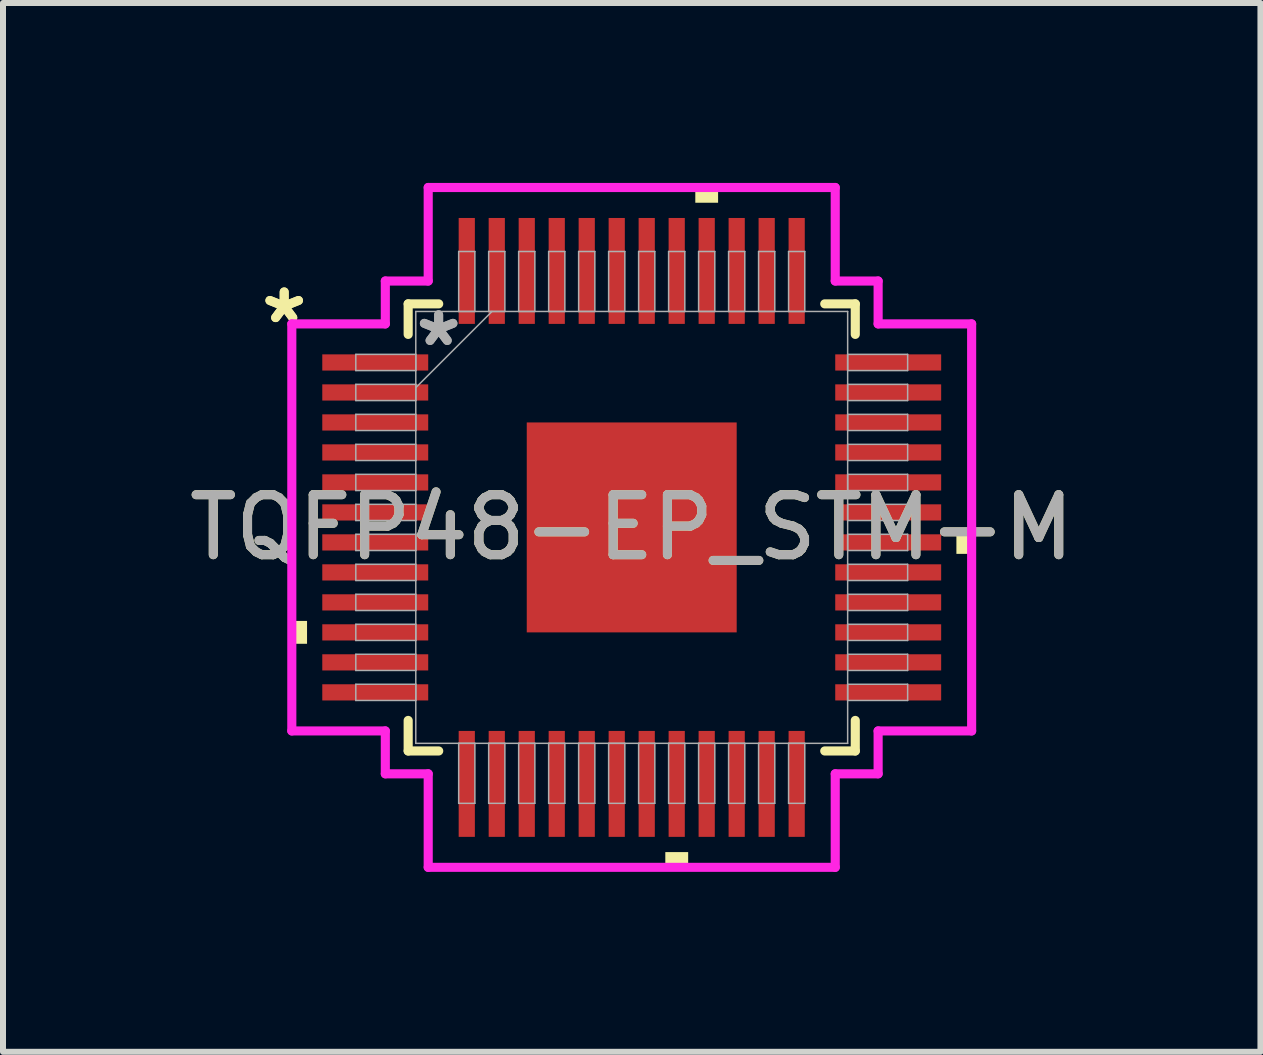
<source format=kicad_pcb>
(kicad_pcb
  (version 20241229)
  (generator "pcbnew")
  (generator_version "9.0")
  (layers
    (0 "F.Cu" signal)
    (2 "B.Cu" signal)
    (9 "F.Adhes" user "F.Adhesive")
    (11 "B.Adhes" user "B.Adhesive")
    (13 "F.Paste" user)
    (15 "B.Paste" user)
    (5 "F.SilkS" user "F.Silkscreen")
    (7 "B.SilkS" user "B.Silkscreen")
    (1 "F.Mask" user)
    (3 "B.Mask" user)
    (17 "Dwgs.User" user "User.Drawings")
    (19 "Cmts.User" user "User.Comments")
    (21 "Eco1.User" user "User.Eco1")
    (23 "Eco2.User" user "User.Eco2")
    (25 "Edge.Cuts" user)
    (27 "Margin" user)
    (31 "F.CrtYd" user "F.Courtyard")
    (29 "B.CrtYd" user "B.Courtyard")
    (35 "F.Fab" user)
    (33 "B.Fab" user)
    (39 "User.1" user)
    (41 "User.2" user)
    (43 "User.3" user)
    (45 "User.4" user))
  (footprint "TQFP48-EP_STM-M"
    (layer "F.Cu")
    (at 7.482 5.743)
    (property "Reference" "TQFP48-EP_STM-M" (at 0 0 0) (unlocked yes) (layer "F.SilkS") (effects (font (size 1 1) (thickness 0.15))))
    (attr smd)
    (fp_line (start -3.727 -3.727) (end -3.727 -3.218) (stroke (width 0.152) (type solid)) (layer "F.SilkS"))
    (fp_line (start -3.727 3.218) (end -3.727 3.727) (stroke (width 0.152) (type solid)) (layer "F.SilkS"))
    (fp_line (start -3.727 3.727) (end -3.218 3.727) (stroke (width 0.152) (type solid)) (layer "F.SilkS"))
    (fp_line (start -3.218 -3.727) (end -3.727 -3.727) (stroke (width 0.152) (type solid)) (layer "F.SilkS"))
    (fp_line (start 3.218 3.727) (end 3.727 3.727) (stroke (width 0.152) (type solid)) (layer "F.SilkS"))
    (fp_line (start 3.727 -3.727) (end 3.218 -3.727) (stroke (width 0.152) (type solid)) (layer "F.SilkS"))
    (fp_line (start 3.727 -3.218) (end 3.727 -3.727) (stroke (width 0.152) (type solid)) (layer "F.SilkS"))
    (fp_line (start 3.727 3.727) (end 3.727 3.218) (stroke (width 0.152) (type solid)) (layer "F.SilkS"))
    (fp_poly (pts (xy -5.667 1.559) (xy -5.667 1.94) (xy -5.413 1.94) (xy -5.413 1.559)) (stroke (width 0) (type solid)) (fill yes) (layer "F.SilkS"))
    (fp_poly (pts (xy 0.56 5.413) (xy 0.56 5.667) (xy 0.941 5.667) (xy 0.941 5.413)) (stroke (width 0) (type solid)) (fill yes) (layer "F.SilkS"))
    (fp_poly (pts (xy 1.06 -5.413) (xy 1.06 -5.667) (xy 1.44 -5.667) (xy 1.44 -5.413)) (stroke (width 0) (type solid)) (fill yes) (layer "F.SilkS"))
    (fp_poly (pts (xy 5.667 0.059) (xy 5.667 0.441) (xy 5.413 0.441) (xy 5.413 0.059)) (stroke (width 0) (type solid)) (fill yes) (layer "F.SilkS"))
    (fp_poly (pts (xy -1.65 -1.65) (xy -1.65 -0.1) (xy -0.1 -0.1) (xy -0.1 -1.65)) (stroke (width 0) (type solid)) (fill yes) (layer "F.Paste"))
    (fp_poly (pts (xy -1.65 0.1) (xy -1.65 1.65) (xy -0.1 1.65) (xy -0.1 0.1)) (stroke (width 0) (type solid)) (fill yes) (layer "F.Paste"))
    (fp_poly (pts (xy 0.1 -1.65) (xy 0.1 -0.1) (xy 1.65 -0.1) (xy 1.65 -1.65)) (stroke (width 0) (type solid)) (fill yes) (layer "F.Paste"))
    (fp_poly (pts (xy 0.1 0.1) (xy 0.1 1.65) (xy 1.65 1.65) (xy 1.65 0.1)) (stroke (width 0) (type solid)) (fill yes) (layer "F.Paste"))
    (fp_line (start -5.667 -3.393) (end -4.108 -3.393) (stroke (width 0.152) (type solid)) (layer "F.CrtYd"))
    (fp_line (start -5.667 3.393) (end -5.667 -3.393) (stroke (width 0.152) (type solid)) (layer "F.CrtYd"))
    (fp_line (start -4.108 -4.108) (end -3.393 -4.108) (stroke (width 0.152) (type solid)) (layer "F.CrtYd"))
    (fp_line (start -4.108 -3.393) (end -4.108 -4.108) (stroke (width 0.152) (type solid)) (layer "F.CrtYd"))
    (fp_line (start -4.108 3.393) (end -5.667 3.393) (stroke (width 0.152) (type solid)) (layer "F.CrtYd"))
    (fp_line (start -4.108 4.108) (end -4.108 3.393) (stroke (width 0.152) (type solid)) (layer "F.CrtYd"))
    (fp_line (start -4.108 4.108) (end -3.393 4.108) (stroke (width 0.152) (type solid)) (layer "F.CrtYd"))
    (fp_line (start -3.393 -5.667) (end 3.393 -5.667) (stroke (width 0.152) (type solid)) (layer "F.CrtYd"))
    (fp_line (start -3.393 -4.108) (end -3.393 -5.667) (stroke (width 0.152) (type solid)) (layer "F.CrtYd"))
    (fp_line (start -3.393 4.108) (end -3.393 5.667) (stroke (width 0.152) (type solid)) (layer "F.CrtYd"))
    (fp_line (start -3.393 5.667) (end 3.393 5.667) (stroke (width 0.152) (type solid)) (layer "F.CrtYd"))
    (fp_line (start 3.393 -5.667) (end 3.393 -4.108) (stroke (width 0.152) (type solid)) (layer "F.CrtYd"))
    (fp_line (start 3.393 -4.108) (end 4.108 -4.108) (stroke (width 0.152) (type solid)) (layer "F.CrtYd"))
    (fp_line (start 3.393 4.108) (end 4.108 4.108) (stroke (width 0.152) (type solid)) (layer "F.CrtYd"))
    (fp_line (start 3.393 5.667) (end 3.393 4.108) (stroke (width 0.152) (type solid)) (layer "F.CrtYd"))
    (fp_line (start 4.108 -3.393) (end 4.108 -4.108) (stroke (width 0.152) (type solid)) (layer "F.CrtYd"))
    (fp_line (start 4.108 3.393) (end 5.667 3.393) (stroke (width 0.152) (type solid)) (layer "F.CrtYd"))
    (fp_line (start 4.108 4.108) (end 4.108 3.393) (stroke (width 0.152) (type solid)) (layer "F.CrtYd"))
    (fp_line (start 5.667 -3.393) (end 4.108 -3.393) (stroke (width 0.152) (type solid)) (layer "F.CrtYd"))
    (fp_line (start 5.667 3.393) (end 5.667 -3.393) (stroke (width 0.152) (type solid)) (layer "F.CrtYd"))
    (fp_line (start -4.6 -2.885) (end -4.6 -2.615) (stroke (width 0.025) (type solid)) (layer "F.Fab"))
    (fp_line (start -4.6 -2.615) (end -3.6 -2.615) (stroke (width 0.025) (type solid)) (layer "F.Fab"))
    (fp_line (start -4.6 -2.385) (end -4.6 -2.115) (stroke (width 0.025) (type solid)) (layer "F.Fab"))
    (fp_line (start -4.6 -2.115) (end -3.6 -2.115) (stroke (width 0.025) (type solid)) (layer "F.Fab"))
    (fp_line (start -4.6 -1.885) (end -4.6 -1.615) (stroke (width 0.025) (type solid)) (layer "F.Fab"))
    (fp_line (start -4.6 -1.615) (end -3.6 -1.615) (stroke (width 0.025) (type solid)) (layer "F.Fab"))
    (fp_line (start -4.6 -1.385) (end -4.6 -1.115) (stroke (width 0.025) (type solid)) (layer "F.Fab"))
    (fp_line (start -4.6 -1.115) (end -3.6 -1.115) (stroke (width 0.025) (type solid)) (layer "F.Fab"))
    (fp_line (start -4.6 -0.885) (end -4.6 -0.615) (stroke (width 0.025) (type solid)) (layer "F.Fab"))
    (fp_line (start -4.6 -0.615) (end -3.6 -0.615) (stroke (width 0.025) (type solid)) (layer "F.Fab"))
    (fp_line (start -4.6 -0.385) (end -4.6 -0.115) (stroke (width 0.025) (type solid)) (layer "F.Fab"))
    (fp_line (start -4.6 -0.115) (end -3.6 -0.115) (stroke (width 0.025) (type solid)) (layer "F.Fab"))
    (fp_line (start -4.6 0.115) (end -4.6 0.385) (stroke (width 0.025) (type solid)) (layer "F.Fab"))
    (fp_line (start -4.6 0.385) (end -3.6 0.385) (stroke (width 0.025) (type solid)) (layer "F.Fab"))
    (fp_line (start -4.6 0.615) (end -4.6 0.885) (stroke (width 0.025) (type solid)) (layer "F.Fab"))
    (fp_line (start -4.6 0.885) (end -3.6 0.885) (stroke (width 0.025) (type solid)) (layer "F.Fab"))
    (fp_line (start -4.6 1.115) (end -4.6 1.385) (stroke (width 0.025) (type solid)) (layer "F.Fab"))
    (fp_line (start -4.6 1.385) (end -3.6 1.385) (stroke (width 0.025) (type solid)) (layer "F.Fab"))
    (fp_line (start -4.6 1.615) (end -4.6 1.885) (stroke (width 0.025) (type solid)) (layer "F.Fab"))
    (fp_line (start -4.6 1.885) (end -3.6 1.885) (stroke (width 0.025) (type solid)) (layer "F.Fab"))
    (fp_line (start -4.6 2.115) (end -4.6 2.385) (stroke (width 0.025) (type solid)) (layer "F.Fab"))
    (fp_line (start -4.6 2.385) (end -3.6 2.385) (stroke (width 0.025) (type solid)) (layer "F.Fab"))
    (fp_line (start -4.6 2.615) (end -4.6 2.885) (stroke (width 0.025) (type solid)) (layer "F.Fab"))
    (fp_line (start -4.6 2.885) (end -3.6 2.885) (stroke (width 0.025) (type solid)) (layer "F.Fab"))
    (fp_line (start -3.6 -3.6) (end -3.6 3.6) (stroke (width 0.025) (type solid)) (layer "F.Fab"))
    (fp_line (start -3.6 -2.885) (end -4.6 -2.885) (stroke (width 0.025) (type solid)) (layer "F.Fab"))
    (fp_line (start -3.6 -2.615) (end -3.6 -2.885) (stroke (width 0.025) (type solid)) (layer "F.Fab"))
    (fp_line (start -3.6 -2.385) (end -4.6 -2.385) (stroke (width 0.025) (type solid)) (layer "F.Fab"))
    (fp_line (start -3.6 -2.33) (end -2.33 -3.6) (stroke (width 0.025) (type solid)) (layer "F.Fab"))
    (fp_line (start -3.6 -2.115) (end -3.6 -2.385) (stroke (width 0.025) (type solid)) (layer "F.Fab"))
    (fp_line (start -3.6 -1.885) (end -4.6 -1.885) (stroke (width 0.025) (type solid)) (layer "F.Fab"))
    (fp_line (start -3.6 -1.615) (end -3.6 -1.885) (stroke (width 0.025) (type solid)) (layer "F.Fab"))
    (fp_line (start -3.6 -1.385) (end -4.6 -1.385) (stroke (width 0.025) (type solid)) (layer "F.Fab"))
    (fp_line (start -3.6 -1.115) (end -3.6 -1.385) (stroke (width 0.025) (type solid)) (layer "F.Fab"))
    (fp_line (start -3.6 -0.885) (end -4.6 -0.885) (stroke (width 0.025) (type solid)) (layer "F.Fab"))
    (fp_line (start -3.6 -0.615) (end -3.6 -0.885) (stroke (width 0.025) (type solid)) (layer "F.Fab"))
    (fp_line (start -3.6 -0.385) (end -4.6 -0.385) (stroke (width 0.025) (type solid)) (layer "F.Fab"))
    (fp_line (start -3.6 -0.115) (end -3.6 -0.385) (stroke (width 0.025) (type solid)) (layer "F.Fab"))
    (fp_line (start -3.6 0.115) (end -4.6 0.115) (stroke (width 0.025) (type solid)) (layer "F.Fab"))
    (fp_line (start -3.6 0.385) (end -3.6 0.115) (stroke (width 0.025) (type solid)) (layer "F.Fab"))
    (fp_line (start -3.6 0.615) (end -4.6 0.615) (stroke (width 0.025) (type solid)) (layer "F.Fab"))
    (fp_line (start -3.6 0.885) (end -3.6 0.615) (stroke (width 0.025) (type solid)) (layer "F.Fab"))
    (fp_line (start -3.6 1.115) (end -4.6 1.115) (stroke (width 0.025) (type solid)) (layer "F.Fab"))
    (fp_line (start -3.6 1.385) (end -3.6 1.115) (stroke (width 0.025) (type solid)) (layer "F.Fab"))
    (fp_line (start -3.6 1.615) (end -4.6 1.615) (stroke (width 0.025) (type solid)) (layer "F.Fab"))
    (fp_line (start -3.6 1.885) (end -3.6 1.615) (stroke (width 0.025) (type solid)) (layer "F.Fab"))
    (fp_line (start -3.6 2.115) (end -4.6 2.115) (stroke (width 0.025) (type solid)) (layer "F.Fab"))
    (fp_line (start -3.6 2.385) (end -3.6 2.115) (stroke (width 0.025) (type solid)) (layer "F.Fab"))
    (fp_line (start -3.6 2.615) (end -4.6 2.615) (stroke (width 0.025) (type solid)) (layer "F.Fab"))
    (fp_line (start -3.6 2.885) (end -3.6 2.615) (stroke (width 0.025) (type solid)) (layer "F.Fab"))
    (fp_line (start -3.6 3.6) (end 3.6 3.6) (stroke (width 0.025) (type solid)) (layer "F.Fab"))
    (fp_line (start -2.885 -4.6) (end -2.885 -3.6) (stroke (width 0.025) (type solid)) (layer "F.Fab"))
    (fp_line (start -2.885 -3.6) (end -2.615 -3.6) (stroke (width 0.025) (type solid)) (layer "F.Fab"))
    (fp_line (start -2.885 3.6) (end -2.885 4.6) (stroke (width 0.025) (type solid)) (layer "F.Fab"))
    (fp_line (start -2.885 4.6) (end -2.615 4.6) (stroke (width 0.025) (type solid)) (layer "F.Fab"))
    (fp_line (start -2.615 -4.6) (end -2.885 -4.6) (stroke (width 0.025) (type solid)) (layer "F.Fab"))
    (fp_line (start -2.615 -3.6) (end -2.615 -4.6) (stroke (width 0.025) (type solid)) (layer "F.Fab"))
    (fp_line (start -2.615 3.6) (end -2.885 3.6) (stroke (width 0.025) (type solid)) (layer "F.Fab"))
    (fp_line (start -2.615 4.6) (end -2.615 3.6) (stroke (width 0.025) (type solid)) (layer "F.Fab"))
    (fp_line (start -2.385 -4.6) (end -2.385 -3.6) (stroke (width 0.025) (type solid)) (layer "F.Fab"))
    (fp_line (start -2.385 -3.6) (end -2.115 -3.6) (stroke (width 0.025) (type solid)) (layer "F.Fab"))
    (fp_line (start -2.385 3.6) (end -2.385 4.6) (stroke (width 0.025) (type solid)) (layer "F.Fab"))
    (fp_line (start -2.385 4.6) (end -2.115 4.6) (stroke (width 0.025) (type solid)) (layer "F.Fab"))
    (fp_line (start -2.115 -4.6) (end -2.385 -4.6) (stroke (width 0.025) (type solid)) (layer "F.Fab"))
    (fp_line (start -2.115 -3.6) (end -2.115 -4.6) (stroke (width 0.025) (type solid)) (layer "F.Fab"))
    (fp_line (start -2.115 3.6) (end -2.385 3.6) (stroke (width 0.025) (type solid)) (layer "F.Fab"))
    (fp_line (start -2.115 4.6) (end -2.115 3.6) (stroke (width 0.025) (type solid)) (layer "F.Fab"))
    (fp_line (start -1.885 -4.6) (end -1.885 -3.6) (stroke (width 0.025) (type solid)) (layer "F.Fab"))
    (fp_line (start -1.885 -3.6) (end -1.615 -3.6) (stroke (width 0.025) (type solid)) (layer "F.Fab"))
    (fp_line (start -1.885 3.6) (end -1.885 4.6) (stroke (width 0.025) (type solid)) (layer "F.Fab"))
    (fp_line (start -1.885 4.6) (end -1.615 4.6) (stroke (width 0.025) (type solid)) (layer "F.Fab"))
    (fp_line (start -1.615 -4.6) (end -1.885 -4.6) (stroke (width 0.025) (type solid)) (layer "F.Fab"))
    (fp_line (start -1.615 -3.6) (end -1.615 -4.6) (stroke (width 0.025) (type solid)) (layer "F.Fab"))
    (fp_line (start -1.615 3.6) (end -1.885 3.6) (stroke (width 0.025) (type solid)) (layer "F.Fab"))
    (fp_line (start -1.615 4.6) (end -1.615 3.6) (stroke (width 0.025) (type solid)) (layer "F.Fab"))
    (fp_line (start -1.385 -4.6) (end -1.385 -3.6) (stroke (width 0.025) (type solid)) (layer "F.Fab"))
    (fp_line (start -1.385 -3.6) (end -1.115 -3.6) (stroke (width 0.025) (type solid)) (layer "F.Fab"))
    (fp_line (start -1.385 3.6) (end -1.385 4.6) (stroke (width 0.025) (type solid)) (layer "F.Fab"))
    (fp_line (start -1.385 4.6) (end -1.115 4.6) (stroke (width 0.025) (type solid)) (layer "F.Fab"))
    (fp_line (start -1.115 -4.6) (end -1.385 -4.6) (stroke (width 0.025) (type solid)) (layer "F.Fab"))
    (fp_line (start -1.115 -3.6) (end -1.115 -4.6) (stroke (width 0.025) (type solid)) (layer "F.Fab"))
    (fp_line (start -1.115 3.6) (end -1.385 3.6) (stroke (width 0.025) (type solid)) (layer "F.Fab"))
    (fp_line (start -1.115 4.6) (end -1.115 3.6) (stroke (width 0.025) (type solid)) (layer "F.Fab"))
    (fp_line (start -0.885 -4.6) (end -0.885 -3.6) (stroke (width 0.025) (type solid)) (layer "F.Fab"))
    (fp_line (start -0.885 -3.6) (end -0.615 -3.6) (stroke (width 0.025) (type solid)) (layer "F.Fab"))
    (fp_line (start -0.885 3.6) (end -0.885 4.6) (stroke (width 0.025) (type solid)) (layer "F.Fab"))
    (fp_line (start -0.885 4.6) (end -0.615 4.6) (stroke (width 0.025) (type solid)) (layer "F.Fab"))
    (fp_line (start -0.615 -4.6) (end -0.885 -4.6) (stroke (width 0.025) (type solid)) (layer "F.Fab"))
    (fp_line (start -0.615 -3.6) (end -0.615 -4.6) (stroke (width 0.025) (type solid)) (layer "F.Fab"))
    (fp_line (start -0.615 3.6) (end -0.885 3.6) (stroke (width 0.025) (type solid)) (layer "F.Fab"))
    (fp_line (start -0.615 4.6) (end -0.615 3.6) (stroke (width 0.025) (type solid)) (layer "F.Fab"))
    (fp_line (start -0.385 -4.6) (end -0.385 -3.6) (stroke (width 0.025) (type solid)) (layer "F.Fab"))
    (fp_line (start -0.385 -3.6) (end -0.115 -3.6) (stroke (width 0.025) (type solid)) (layer "F.Fab"))
    (fp_line (start -0.385 3.6) (end -0.385 4.6) (stroke (width 0.025) (type solid)) (layer "F.Fab"))
    (fp_line (start -0.385 4.6) (end -0.115 4.6) (stroke (width 0.025) (type solid)) (layer "F.Fab"))
    (fp_line (start -0.115 -4.6) (end -0.385 -4.6) (stroke (width 0.025) (type solid)) (layer "F.Fab"))
    (fp_line (start -0.115 -3.6) (end -0.115 -4.6) (stroke (width 0.025) (type solid)) (layer "F.Fab"))
    (fp_line (start -0.115 3.6) (end -0.385 3.6) (stroke (width 0.025) (type solid)) (layer "F.Fab"))
    (fp_line (start -0.115 4.6) (end -0.115 3.6) (stroke (width 0.025) (type solid)) (layer "F.Fab"))
    (fp_line (start 0.115 -4.6) (end 0.115 -3.6) (stroke (width 0.025) (type solid)) (layer "F.Fab"))
    (fp_line (start 0.115 -3.6) (end 0.385 -3.6) (stroke (width 0.025) (type solid)) (layer "F.Fab"))
    (fp_line (start 0.115 3.6) (end 0.115 4.6) (stroke (width 0.025) (type solid)) (layer "F.Fab"))
    (fp_line (start 0.115 4.6) (end 0.385 4.6) (stroke (width 0.025) (type solid)) (layer "F.Fab"))
    (fp_line (start 0.385 -4.6) (end 0.115 -4.6) (stroke (width 0.025) (type solid)) (layer "F.Fab"))
    (fp_line (start 0.385 -3.6) (end 0.385 -4.6) (stroke (width 0.025) (type solid)) (layer "F.Fab"))
    (fp_line (start 0.385 3.6) (end 0.115 3.6) (stroke (width 0.025) (type solid)) (layer "F.Fab"))
    (fp_line (start 0.385 4.6) (end 0.385 3.6) (stroke (width 0.025) (type solid)) (layer "F.Fab"))
    (fp_line (start 0.615 -4.6) (end 0.615 -3.6) (stroke (width 0.025) (type solid)) (layer "F.Fab"))
    (fp_line (start 0.615 -3.6) (end 0.885 -3.6) (stroke (width 0.025) (type solid)) (layer "F.Fab"))
    (fp_line (start 0.615 3.6) (end 0.615 4.6) (stroke (width 0.025) (type solid)) (layer "F.Fab"))
    (fp_line (start 0.615 4.6) (end 0.885 4.6) (stroke (width 0.025) (type solid)) (layer "F.Fab"))
    (fp_line (start 0.885 -4.6) (end 0.615 -4.6) (stroke (width 0.025) (type solid)) (layer "F.Fab"))
    (fp_line (start 0.885 -3.6) (end 0.885 -4.6) (stroke (width 0.025) (type solid)) (layer "F.Fab"))
    (fp_line (start 0.885 3.6) (end 0.615 3.6) (stroke (width 0.025) (type solid)) (layer "F.Fab"))
    (fp_line (start 0.885 4.6) (end 0.885 3.6) (stroke (width 0.025) (type solid)) (layer "F.Fab"))
    (fp_line (start 1.115 -4.6) (end 1.115 -3.6) (stroke (width 0.025) (type solid)) (layer "F.Fab"))
    (fp_line (start 1.115 -3.6) (end 1.385 -3.6) (stroke (width 0.025) (type solid)) (layer "F.Fab"))
    (fp_line (start 1.115 3.6) (end 1.115 4.6) (stroke (width 0.025) (type solid)) (layer "F.Fab"))
    (fp_line (start 1.115 4.6) (end 1.385 4.6) (stroke (width 0.025) (type solid)) (layer "F.Fab"))
    (fp_line (start 1.385 -4.6) (end 1.115 -4.6) (stroke (width 0.025) (type solid)) (layer "F.Fab"))
    (fp_line (start 1.385 -3.6) (end 1.385 -4.6) (stroke (width 0.025) (type solid)) (layer "F.Fab"))
    (fp_line (start 1.385 3.6) (end 1.115 3.6) (stroke (width 0.025) (type solid)) (layer "F.Fab"))
    (fp_line (start 1.385 4.6) (end 1.385 3.6) (stroke (width 0.025) (type solid)) (layer "F.Fab"))
    (fp_line (start 1.615 -4.6) (end 1.615 -3.6) (stroke (width 0.025) (type solid)) (layer "F.Fab"))
    (fp_line (start 1.615 -3.6) (end 1.885 -3.6) (stroke (width 0.025) (type solid)) (layer "F.Fab"))
    (fp_line (start 1.615 3.6) (end 1.615 4.6) (stroke (width 0.025) (type solid)) (layer "F.Fab"))
    (fp_line (start 1.615 4.6) (end 1.885 4.6) (stroke (width 0.025) (type solid)) (layer "F.Fab"))
    (fp_line (start 1.885 -4.6) (end 1.615 -4.6) (stroke (width 0.025) (type solid)) (layer "F.Fab"))
    (fp_line (start 1.885 -3.6) (end 1.885 -4.6) (stroke (width 0.025) (type solid)) (layer "F.Fab"))
    (fp_line (start 1.885 3.6) (end 1.615 3.6) (stroke (width 0.025) (type solid)) (layer "F.Fab"))
    (fp_line (start 1.885 4.6) (end 1.885 3.6) (stroke (width 0.025) (type solid)) (layer "F.Fab"))
    (fp_line (start 2.115 -4.6) (end 2.115 -3.6) (stroke (width 0.025) (type solid)) (layer "F.Fab"))
    (fp_line (start 2.115 -3.6) (end 2.385 -3.6) (stroke (width 0.025) (type solid)) (layer "F.Fab"))
    (fp_line (start 2.115 3.6) (end 2.115 4.6) (stroke (width 0.025) (type solid)) (layer "F.Fab"))
    (fp_line (start 2.115 4.6) (end 2.385 4.6) (stroke (width 0.025) (type solid)) (layer "F.Fab"))
    (fp_line (start 2.385 -4.6) (end 2.115 -4.6) (stroke (width 0.025) (type solid)) (layer "F.Fab"))
    (fp_line (start 2.385 -3.6) (end 2.385 -4.6) (stroke (width 0.025) (type solid)) (layer "F.Fab"))
    (fp_line (start 2.385 3.6) (end 2.115 3.6) (stroke (width 0.025) (type solid)) (layer "F.Fab"))
    (fp_line (start 2.385 4.6) (end 2.385 3.6) (stroke (width 0.025) (type solid)) (layer "F.Fab"))
    (fp_line (start 2.615 -4.6) (end 2.615 -3.6) (stroke (width 0.025) (type solid)) (layer "F.Fab"))
    (fp_line (start 2.615 -3.6) (end 2.885 -3.6) (stroke (width 0.025) (type solid)) (layer "F.Fab"))
    (fp_line (start 2.615 3.6) (end 2.615 4.6) (stroke (width 0.025) (type solid)) (layer "F.Fab"))
    (fp_line (start 2.615 4.6) (end 2.885 4.6) (stroke (width 0.025) (type solid)) (layer "F.Fab"))
    (fp_line (start 2.885 -4.6) (end 2.615 -4.6) (stroke (width 0.025) (type solid)) (layer "F.Fab"))
    (fp_line (start 2.885 -3.6) (end 2.885 -4.6) (stroke (width 0.025) (type solid)) (layer "F.Fab"))
    (fp_line (start 2.885 3.6) (end 2.615 3.6) (stroke (width 0.025) (type solid)) (layer "F.Fab"))
    (fp_line (start 2.885 4.6) (end 2.885 3.6) (stroke (width 0.025) (type solid)) (layer "F.Fab"))
    (fp_line (start 3.6 -3.6) (end -3.6 -3.6) (stroke (width 0.025) (type solid)) (layer "F.Fab"))
    (fp_line (start 3.6 -2.885) (end 3.6 -2.615) (stroke (width 0.025) (type solid)) (layer "F.Fab"))
    (fp_line (start 3.6 -2.615) (end 4.6 -2.615) (stroke (width 0.025) (type solid)) (layer "F.Fab"))
    (fp_line (start 3.6 -2.385) (end 3.6 -2.115) (stroke (width 0.025) (type solid)) (layer "F.Fab"))
    (fp_line (start 3.6 -2.115) (end 4.6 -2.115) (stroke (width 0.025) (type solid)) (layer "F.Fab"))
    (fp_line (start 3.6 -1.885) (end 3.6 -1.615) (stroke (width 0.025) (type solid)) (layer "F.Fab"))
    (fp_line (start 3.6 -1.615) (end 4.6 -1.615) (stroke (width 0.025) (type solid)) (layer "F.Fab"))
    (fp_line (start 3.6 -1.385) (end 3.6 -1.115) (stroke (width 0.025) (type solid)) (layer "F.Fab"))
    (fp_line (start 3.6 -1.115) (end 4.6 -1.115) (stroke (width 0.025) (type solid)) (layer "F.Fab"))
    (fp_line (start 3.6 -0.885) (end 3.6 -0.615) (stroke (width 0.025) (type solid)) (layer "F.Fab"))
    (fp_line (start 3.6 -0.615) (end 4.6 -0.615) (stroke (width 0.025) (type solid)) (layer "F.Fab"))
    (fp_line (start 3.6 -0.385) (end 3.6 -0.115) (stroke (width 0.025) (type solid)) (layer "F.Fab"))
    (fp_line (start 3.6 -0.115) (end 4.6 -0.115) (stroke (width 0.025) (type solid)) (layer "F.Fab"))
    (fp_line (start 3.6 0.115) (end 3.6 0.385) (stroke (width 0.025) (type solid)) (layer "F.Fab"))
    (fp_line (start 3.6 0.385) (end 4.6 0.385) (stroke (width 0.025) (type solid)) (layer "F.Fab"))
    (fp_line (start 3.6 0.615) (end 3.6 0.885) (stroke (width 0.025) (type solid)) (layer "F.Fab"))
    (fp_line (start 3.6 0.885) (end 4.6 0.885) (stroke (width 0.025) (type solid)) (layer "F.Fab"))
    (fp_line (start 3.6 1.115) (end 3.6 1.385) (stroke (width 0.025) (type solid)) (layer "F.Fab"))
    (fp_line (start 3.6 1.385) (end 4.6 1.385) (stroke (width 0.025) (type solid)) (layer "F.Fab"))
    (fp_line (start 3.6 1.615) (end 3.6 1.885) (stroke (width 0.025) (type solid)) (layer "F.Fab"))
    (fp_line (start 3.6 1.885) (end 4.6 1.885) (stroke (width 0.025) (type solid)) (layer "F.Fab"))
    (fp_line (start 3.6 2.115) (end 3.6 2.385) (stroke (width 0.025) (type solid)) (layer "F.Fab"))
    (fp_line (start 3.6 2.385) (end 4.6 2.385) (stroke (width 0.025) (type solid)) (layer "F.Fab"))
    (fp_line (start 3.6 2.615) (end 3.6 2.885) (stroke (width 0.025) (type solid)) (layer "F.Fab"))
    (fp_line (start 3.6 2.885) (end 4.6 2.885) (stroke (width 0.025) (type solid)) (layer "F.Fab"))
    (fp_line (start 3.6 3.6) (end 3.6 -3.6) (stroke (width 0.025) (type solid)) (layer "F.Fab"))
    (fp_line (start 4.6 -2.885) (end 3.6 -2.885) (stroke (width 0.025) (type solid)) (layer "F.Fab"))
    (fp_line (start 4.6 -2.615) (end 4.6 -2.885) (stroke (width 0.025) (type solid)) (layer "F.Fab"))
    (fp_line (start 4.6 -2.385) (end 3.6 -2.385) (stroke (width 0.025) (type solid)) (layer "F.Fab"))
    (fp_line (start 4.6 -2.115) (end 4.6 -2.385) (stroke (width 0.025) (type solid)) (layer "F.Fab"))
    (fp_line (start 4.6 -1.885) (end 3.6 -1.885) (stroke (width 0.025) (type solid)) (layer "F.Fab"))
    (fp_line (start 4.6 -1.615) (end 4.6 -1.885) (stroke (width 0.025) (type solid)) (layer "F.Fab"))
    (fp_line (start 4.6 -1.385) (end 3.6 -1.385) (stroke (width 0.025) (type solid)) (layer "F.Fab"))
    (fp_line (start 4.6 -1.115) (end 4.6 -1.385) (stroke (width 0.025) (type solid)) (layer "F.Fab"))
    (fp_line (start 4.6 -0.885) (end 3.6 -0.885) (stroke (width 0.025) (type solid)) (layer "F.Fab"))
    (fp_line (start 4.6 -0.615) (end 4.6 -0.885) (stroke (width 0.025) (type solid)) (layer "F.Fab"))
    (fp_line (start 4.6 -0.385) (end 3.6 -0.385) (stroke (width 0.025) (type solid)) (layer "F.Fab"))
    (fp_line (start 4.6 -0.115) (end 4.6 -0.385) (stroke (width 0.025) (type solid)) (layer "F.Fab"))
    (fp_line (start 4.6 0.115) (end 3.6 0.115) (stroke (width 0.025) (type solid)) (layer "F.Fab"))
    (fp_line (start 4.6 0.385) (end 4.6 0.115) (stroke (width 0.025) (type solid)) (layer "F.Fab"))
    (fp_line (start 4.6 0.615) (end 3.6 0.615) (stroke (width 0.025) (type solid)) (layer "F.Fab"))
    (fp_line (start 4.6 0.885) (end 4.6 0.615) (stroke (width 0.025) (type solid)) (layer "F.Fab"))
    (fp_line (start 4.6 1.115) (end 3.6 1.115) (stroke (width 0.025) (type solid)) (layer "F.Fab"))
    (fp_line (start 4.6 1.385) (end 4.6 1.115) (stroke (width 0.025) (type solid)) (layer "F.Fab"))
    (fp_line (start 4.6 1.615) (end 3.6 1.615) (stroke (width 0.025) (type solid)) (layer "F.Fab"))
    (fp_line (start 4.6 1.885) (end 4.6 1.615) (stroke (width 0.025) (type solid)) (layer "F.Fab"))
    (fp_line (start 4.6 2.115) (end 3.6 2.115) (stroke (width 0.025) (type solid)) (layer "F.Fab"))
    (fp_line (start 4.6 2.385) (end 4.6 2.115) (stroke (width 0.025) (type solid)) (layer "F.Fab"))
    (fp_line (start 4.6 2.615) (end 3.6 2.615) (stroke (width 0.025) (type solid)) (layer "F.Fab"))
    (fp_line (start 4.6 2.885) (end 4.6 2.615) (stroke (width 0.025) (type solid)) (layer "F.Fab"))
    (fp_text user "*" (at -5.794 -3.381 0) (unlocked yes) (layer "F.SilkS") (effects (font (size 1 1) (thickness 0.15))))
    (fp_text user "*" (at -5.794 -3.381 0) (layer "F.SilkS") (effects (font (size 1 1) (thickness 0.15))))
    (fp_text user "*" (at -3.219 -3 0) (unlocked yes) (layer "F.Fab") (effects (font (size 1 1) (thickness 0.15))))
    (fp_text user "*" (at -3.219 -3 0) (layer "F.Fab") (effects (font (size 1 1) (thickness 0.15))))
    (fp_text user "${REFERENCE}" (at 0 0 0) (unlocked yes) (layer "F.Fab") (effects (font (size 1 1) (thickness 0.15))))
    (pad "1" smd rect (at -4.276 -2.75 90) (size 0.27 1.766) (layers "F.Cu" "F.Mask" "F.Paste"))
    (pad "2" smd rect (at -4.276 -2.25 90) (size 0.27 1.766) (layers "F.Cu" "F.Mask" "F.Paste"))
    (pad "3" smd rect (at -4.276 -1.75 90) (size 0.27 1.766) (layers "F.Cu" "F.Mask" "F.Paste"))
    (pad "4" smd rect (at -4.276 -1.25 90) (size 0.27 1.766) (layers "F.Cu" "F.Mask" "F.Paste"))
    (pad "5" smd rect (at -4.276 -0.75 90) (size 0.27 1.766) (layers "F.Cu" "F.Mask" "F.Paste"))
    (pad "6" smd rect (at -4.276 -0.25 90) (size 0.27 1.766) (layers "F.Cu" "F.Mask" "F.Paste"))
    (pad "7" smd rect (at -4.276 0.25 90) (size 0.27 1.766) (layers "F.Cu" "F.Mask" "F.Paste"))
    (pad "8" smd rect (at -4.276 0.75 90) (size 0.27 1.766) (layers "F.Cu" "F.Mask" "F.Paste"))
    (pad "9" smd rect (at -4.276 1.25 90) (size 0.27 1.766) (layers "F.Cu" "F.Mask" "F.Paste"))
    (pad "10" smd rect (at -4.276 1.75 90) (size 0.27 1.766) (layers "F.Cu" "F.Mask" "F.Paste"))
    (pad "11" smd rect (at -4.276 2.25 90) (size 0.27 1.766) (layers "F.Cu" "F.Mask" "F.Paste"))
    (pad "12" smd rect (at -4.276 2.75 90) (size 0.27 1.766) (layers "F.Cu" "F.Mask" "F.Paste"))
    (pad "13" smd rect (at -2.75 4.276) (size 0.27 1.766) (layers "F.Cu" "F.Mask" "F.Paste"))
    (pad "14" smd rect (at -2.25 4.276) (size 0.27 1.766) (layers "F.Cu" "F.Mask" "F.Paste"))
    (pad "15" smd rect (at -1.75 4.276) (size 0.27 1.766) (layers "F.Cu" "F.Mask" "F.Paste"))
    (pad "16" smd rect (at -1.25 4.276) (size 0.27 1.766) (layers "F.Cu" "F.Mask" "F.Paste"))
    (pad "17" smd rect (at -0.75 4.276) (size 0.27 1.766) (layers "F.Cu" "F.Mask" "F.Paste"))
    (pad "18" smd rect (at -0.25 4.276) (size 0.27 1.766) (layers "F.Cu" "F.Mask" "F.Paste"))
    (pad "19" smd rect (at 0.25 4.276) (size 0.27 1.766) (layers "F.Cu" "F.Mask" "F.Paste"))
    (pad "20" smd rect (at 0.75 4.276) (size 0.27 1.766) (layers "F.Cu" "F.Mask" "F.Paste"))
    (pad "21" smd rect (at 1.25 4.276) (size 0.27 1.766) (layers "F.Cu" "F.Mask" "F.Paste"))
    (pad "22" smd rect (at 1.75 4.276) (size 0.27 1.766) (layers "F.Cu" "F.Mask" "F.Paste"))
    (pad "23" smd rect (at 2.25 4.276) (size 0.27 1.766) (layers "F.Cu" "F.Mask" "F.Paste"))
    (pad "24" smd rect (at 2.75 4.276) (size 0.27 1.766) (layers "F.Cu" "F.Mask" "F.Paste"))
    (pad "25" smd rect (at 4.276 2.75 90) (size 0.27 1.766) (layers "F.Cu" "F.Mask" "F.Paste"))
    (pad "26" smd rect (at 4.276 2.25 90) (size 0.27 1.766) (layers "F.Cu" "F.Mask" "F.Paste"))
    (pad "27" smd rect (at 4.276 1.75 90) (size 0.27 1.766) (layers "F.Cu" "F.Mask" "F.Paste"))
    (pad "28" smd rect (at 4.276 1.25 90) (size 0.27 1.766) (layers "F.Cu" "F.Mask" "F.Paste"))
    (pad "29" smd rect (at 4.276 0.75 90) (size 0.27 1.766) (layers "F.Cu" "F.Mask" "F.Paste"))
    (pad "30" smd rect (at 4.276 0.25 90) (size 0.27 1.766) (layers "F.Cu" "F.Mask" "F.Paste"))
    (pad "31" smd rect (at 4.276 -0.25 90) (size 0.27 1.766) (layers "F.Cu" "F.Mask" "F.Paste"))
    (pad "32" smd rect (at 4.276 -0.75 90) (size 0.27 1.766) (layers "F.Cu" "F.Mask" "F.Paste"))
    (pad "33" smd rect (at 4.276 -1.25 90) (size 0.27 1.766) (layers "F.Cu" "F.Mask" "F.Paste"))
    (pad "34" smd rect (at 4.276 -1.75 90) (size 0.27 1.766) (layers "F.Cu" "F.Mask" "F.Paste"))
    (pad "35" smd rect (at 4.276 -2.25 90) (size 0.27 1.766) (layers "F.Cu" "F.Mask" "F.Paste"))
    (pad "36" smd rect (at 4.276 -2.75 90) (size 0.27 1.766) (layers "F.Cu" "F.Mask" "F.Paste"))
    (pad "37" smd rect (at 2.75 -4.276) (size 0.27 1.766) (layers "F.Cu" "F.Mask" "F.Paste"))
    (pad "38" smd rect (at 2.25 -4.276) (size 0.27 1.766) (layers "F.Cu" "F.Mask" "F.Paste"))
    (pad "39" smd rect (at 1.75 -4.276) (size 0.27 1.766) (layers "F.Cu" "F.Mask" "F.Paste"))
    (pad "40" smd rect (at 1.25 -4.276) (size 0.27 1.766) (layers "F.Cu" "F.Mask" "F.Paste"))
    (pad "41" smd rect (at 0.75 -4.276) (size 0.27 1.766) (layers "F.Cu" "F.Mask" "F.Paste"))
    (pad "42" smd rect (at 0.25 -4.276) (size 0.27 1.766) (layers "F.Cu" "F.Mask" "F.Paste"))
    (pad "43" smd rect (at -0.25 -4.276) (size 0.27 1.766) (layers "F.Cu" "F.Mask" "F.Paste"))
    (pad "44" smd rect (at -0.75 -4.276) (size 0.27 1.766) (layers "F.Cu" "F.Mask" "F.Paste"))
    (pad "45" smd rect (at -1.25 -4.276) (size 0.27 1.766) (layers "F.Cu" "F.Mask" "F.Paste"))
    (pad "46" smd rect (at -1.75 -4.276) (size 0.27 1.766) (layers "F.Cu" "F.Mask" "F.Paste"))
    (pad "47" smd rect (at -2.25 -4.276) (size 0.27 1.766) (layers "F.Cu" "F.Mask" "F.Paste"))
    (pad "48" smd rect (at -2.75 -4.276) (size 0.27 1.766) (layers "F.Cu" "F.Mask" "F.Paste"))
    (pad "EPAD" smd rect (at 0 0) (size 3.5 3.5) (layers "F.Cu" "F.Mask")))
  (gr_rect
    (start -3 -3)
    (end 17.964 14.486)
    (stroke (width 0.1) (type default))
    (fill no)
    (layer "Edge.Cuts")))
</source>
